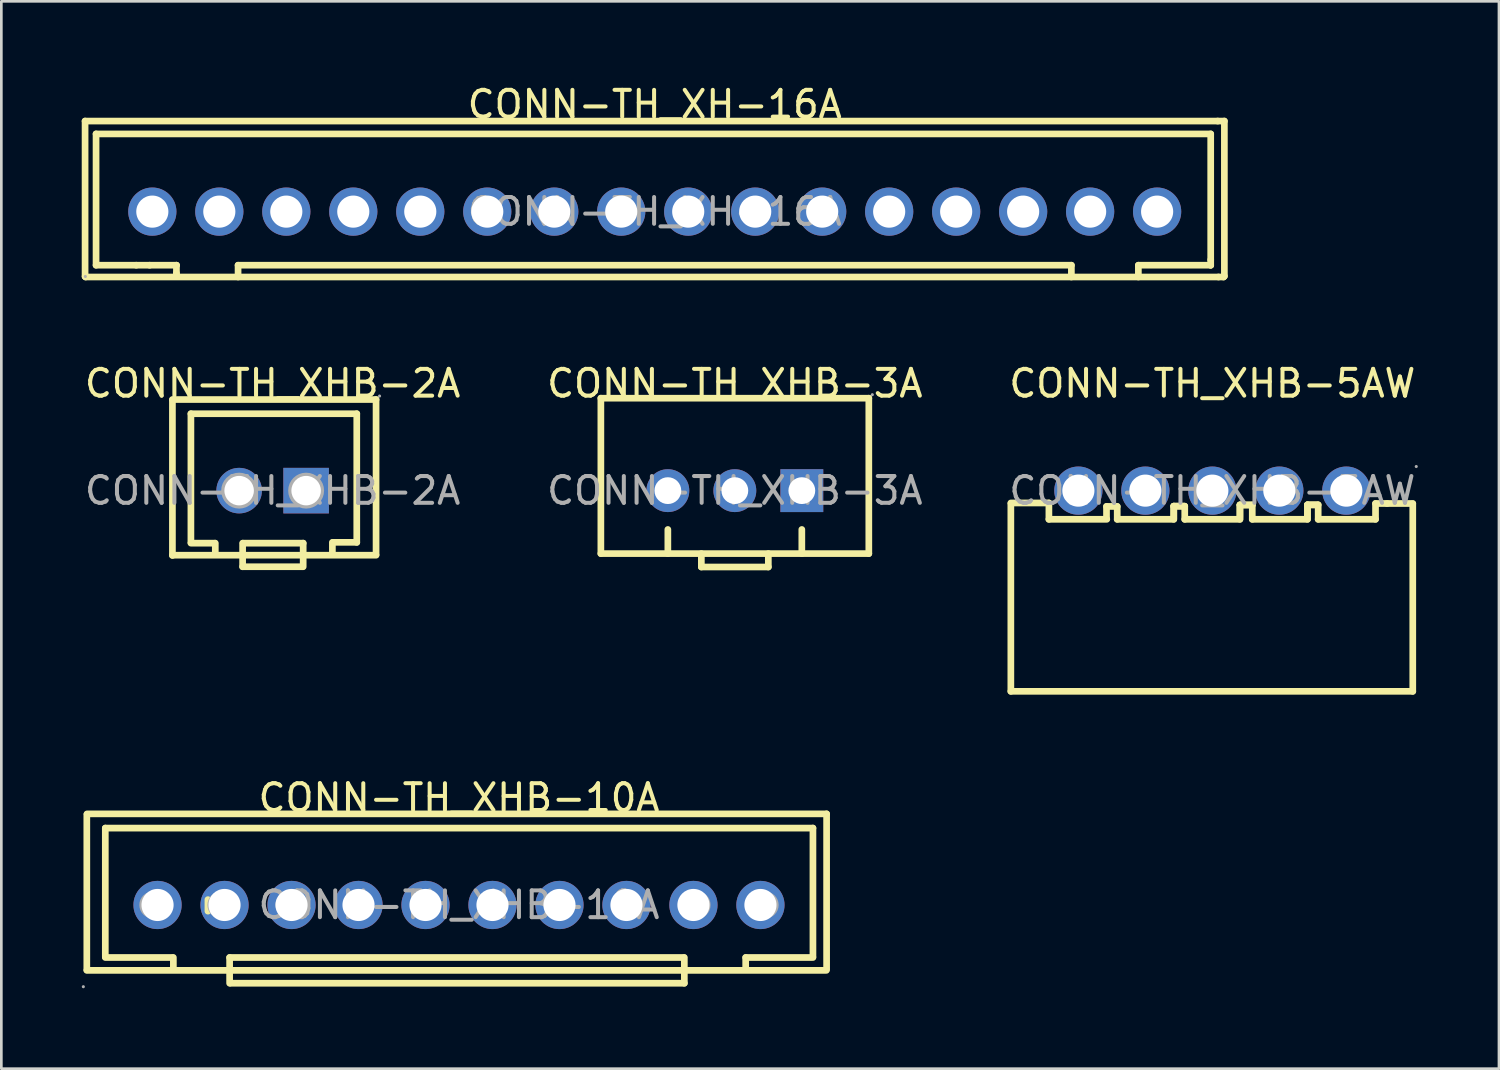
<source format=kicad_pcb>
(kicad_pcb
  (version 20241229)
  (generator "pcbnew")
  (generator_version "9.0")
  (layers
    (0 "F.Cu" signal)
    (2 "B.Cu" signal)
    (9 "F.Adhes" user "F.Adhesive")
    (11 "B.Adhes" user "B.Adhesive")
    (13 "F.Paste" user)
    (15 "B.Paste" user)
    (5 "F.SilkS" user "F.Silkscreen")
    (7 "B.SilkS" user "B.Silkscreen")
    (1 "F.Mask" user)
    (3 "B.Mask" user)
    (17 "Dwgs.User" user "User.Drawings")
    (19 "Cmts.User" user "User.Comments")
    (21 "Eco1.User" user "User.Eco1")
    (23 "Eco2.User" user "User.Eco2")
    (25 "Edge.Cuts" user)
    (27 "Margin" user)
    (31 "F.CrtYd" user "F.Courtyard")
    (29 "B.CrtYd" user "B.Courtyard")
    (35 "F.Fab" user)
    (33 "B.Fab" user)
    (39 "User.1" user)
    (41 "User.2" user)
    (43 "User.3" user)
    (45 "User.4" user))
  (footprint "CONN-TH_XHB-10A"
    (layer "F.Cu")
    (at 14.08 30.725)
    (property "Reference" "CONN-TH_XHB-10A" (at 0 -4 0) (layer "F.SilkS") (effects (font (size 1 1) (thickness 0.15))))
    (attr through_hole)
    (fp_line (start -13.89 -3.38) (end -13.89 2.42) (stroke (width 0.25) (type solid)) (layer "F.SilkS"))
    (fp_line (start -13.89 2.44) (end 13.71 2.44) (stroke (width 0.25) (type solid)) (layer "F.SilkS"))
    (fp_line (start -13.88 -3.4) (end 13.72 -3.4) (stroke (width 0.25) (type solid)) (layer "F.SilkS"))
    (fp_line (start -13.2 -2.87) (end -13.2 1.93) (stroke (width 0.25) (type solid)) (layer "F.SilkS"))
    (fp_line (start -13.2 -2.87) (end 13.21 -2.87) (stroke (width 0.25) (type solid)) (layer "F.SilkS"))
    (fp_line (start -13.2 1.96) (end -10.69 1.96) (stroke (width 0.25) (type solid)) (layer "F.SilkS"))
    (fp_line (start -10.66 1.96) (end -10.66 2.39) (stroke (width 0.25) (type solid)) (layer "F.SilkS"))
    (fp_line (start -9.37 -0.2) (end -9.37 0.23) (stroke (width 0.25) (type solid)) (layer "F.SilkS"))
    (fp_line (start -8.56 1.96) (end -8.56 2.39) (stroke (width 0.25) (type solid)) (layer "F.SilkS"))
    (fp_line (start -8.56 1.96) (end 8.39 1.96) (stroke (width 0.25) (type solid)) (layer "F.SilkS"))
    (fp_line (start -8.56 2.92) (end -8.56 2.49) (stroke (width 0.25) (type solid)) (layer "F.SilkS"))
    (fp_line (start 8.41 1.96) (end 8.41 2.39) (stroke (width 0.25) (type solid)) (layer "F.SilkS"))
    (fp_line (start 8.41 2.92) (end -8.53 2.92) (stroke (width 0.25) (type solid)) (layer "F.SilkS"))
    (fp_line (start 8.41 2.92) (end 8.41 2.49) (stroke (width 0.25) (type solid)) (layer "F.SilkS"))
    (fp_line (start 10.7 1.96) (end 10.7 2.39) (stroke (width 0.25) (type solid)) (layer "F.SilkS"))
    (fp_line (start 10.7 1.96) (end 13.21 1.96) (stroke (width 0.25) (type solid)) (layer "F.SilkS"))
    (fp_line (start 13.21 -2.87) (end 13.21 1.93) (stroke (width 0.25) (type solid)) (layer "F.SilkS"))
    (fp_line (start 13.72 -3.4) (end 13.72 2.4) (stroke (width 0.25) (type solid)) (layer "F.SilkS"))
    (fp_circle (center -14.02 3.05) (end -13.99 3.05) (stroke (width 0.06) (type solid)) (fill no) (layer "F.Fab"))
    (fp_circle (center -11.43 0) (end -11.18 0) (stroke (width 0.5) (type solid)) (fill no) (layer "F.Fab"))
    (fp_circle (center -8.89 0) (end -8.64 0) (stroke (width 0.5) (type solid)) (fill no) (layer "F.Fab"))
    (fp_circle (center -6.35 0) (end -6.1 0) (stroke (width 0.5) (type solid)) (fill no) (layer "F.Fab"))
    (fp_circle (center -3.81 0) (end -3.56 0) (stroke (width 0.5) (type solid)) (fill no) (layer "F.Fab"))
    (fp_circle (center -1.27 0) (end -1.02 0) (stroke (width 0.5) (type solid)) (fill no) (layer "F.Fab"))
    (fp_circle (center 1.27 0) (end 1.52 0) (stroke (width 0.5) (type solid)) (fill no) (layer "F.Fab"))
    (fp_circle (center 3.81 0) (end 4.06 0) (stroke (width 0.5) (type solid)) (fill no) (layer "F.Fab"))
    (fp_circle (center 6.35 0) (end 6.6 0) (stroke (width 0.5) (type solid)) (fill no) (layer "F.Fab"))
    (fp_circle (center 8.89 0) (end 9.14 0) (stroke (width 0.5) (type solid)) (fill no) (layer "F.Fab"))
    (fp_circle (center 11.43 0) (end 11.68 0) (stroke (width 0.5) (type solid)) (fill no) (layer "F.Fab"))
    (fp_text user "${REFERENCE}" (at 0 0 0) (layer "F.Fab") (effects (font (size 1 1) (thickness 0.15))))
    (pad "1" thru_hole circle (at -11.25 0) (size 1.8 1.8) (drill 1.199) (layers "*.Cu" "*.Paste" "*.Mask"))
    (pad "2" thru_hole circle (at -8.75 0) (size 1.8 1.8) (drill 1.199) (layers "*.Cu" "*.Paste" "*.Mask"))
    (pad "3" thru_hole circle (at -6.25 0) (size 1.8 1.8) (drill 1.199) (layers "*.Cu" "*.Paste" "*.Mask"))
    (pad "4" thru_hole circle (at -3.75 0) (size 1.8 1.8) (drill 1.199) (layers "*.Cu" "*.Paste" "*.Mask"))
    (pad "5" thru_hole circle (at -1.25 0) (size 1.8 1.8) (drill 1.199) (layers "*.Cu" "*.Paste" "*.Mask"))
    (pad "6" thru_hole circle (at 1.25 0) (size 1.8 1.8) (drill 1.199) (layers "*.Cu" "*.Paste" "*.Mask"))
    (pad "7" thru_hole circle (at 3.75 0) (size 1.8 1.8) (drill 1.199) (layers "*.Cu" "*.Paste" "*.Mask"))
    (pad "8" thru_hole circle (at 6.25 0) (size 1.8 1.8) (drill 1.199) (layers "*.Cu" "*.Paste" "*.Mask"))
    (pad "9" thru_hole circle (at 8.75 0) (size 1.8 1.8) (drill 1.199) (layers "*.Cu" "*.Paste" "*.Mask"))
    (pad "10" thru_hole circle (at 11.25 0) (size 1.8 1.8) (drill 1.199) (layers "*.Cu" "*.Paste" "*.Mask")))
  (footprint "CONN-TH_XH-16A"
    (layer "F.Cu")
    (at 21.385 4.848)
    (property "Reference" "CONN-TH_XH-16A" (at 0 -4 0) (layer "F.SilkS") (effects (font (size 1 1) (thickness 0.15))))
    (attr through_hole)
    (fp_line (start -21.26 -3.38) (end -21.26 2.42) (stroke (width 0.25) (type solid)) (layer "F.SilkS"))
    (fp_line (start -21.26 -3.38) (end 21.01 -3.38) (stroke (width 0.25) (type solid)) (layer "F.SilkS"))
    (fp_line (start -21.24 2.44) (end -21.26 2.42) (stroke (width 0.25) (type solid)) (layer "F.SilkS"))
    (fp_line (start -20.85 -2.9) (end -20.85 2) (stroke (width 0.25) (type solid)) (layer "F.SilkS"))
    (fp_line (start -20.85 2) (end -19.35 2) (stroke (width 0.25) (type solid)) (layer "F.SilkS"))
    (fp_line (start -19.35 2) (end -18.85 2) (stroke (width 0.25) (type solid)) (layer "F.SilkS"))
    (fp_line (start -18.85 2) (end -17.85 2) (stroke (width 0.25) (type solid)) (layer "F.SilkS"))
    (fp_line (start -17.85 2) (end -17.85 2) (stroke (width 0.25) (type solid)) (layer "F.SilkS"))
    (fp_line (start -17.85 2) (end -17.85 2.3) (stroke (width 0.25) (type solid)) (layer "F.SilkS"))
    (fp_line (start -17.85 2.3) (end -17.85 2.4) (stroke (width 0.25) (type solid)) (layer "F.SilkS"))
    (fp_line (start -15.55 2) (end 15.55 2) (stroke (width 0.25) (type solid)) (layer "F.SilkS"))
    (fp_line (start -15.55 2.44) (end -15.55 2) (stroke (width 0.25) (type solid)) (layer "F.SilkS"))
    (fp_line (start 15.55 2) (end 15.55 2.44) (stroke (width 0.25) (type solid)) (layer "F.SilkS"))
    (fp_line (start 18.05 2) (end 18.05 2.44) (stroke (width 0.25) (type solid)) (layer "F.SilkS"))
    (fp_line (start 20.75 -2.9) (end -20.85 -2.9) (stroke (width 0.25) (type solid)) (layer "F.SilkS"))
    (fp_line (start 20.75 1.8) (end 20.75 -2.9) (stroke (width 0.25) (type solid)) (layer "F.SilkS"))
    (fp_line (start 20.75 1.8) (end 20.75 2) (stroke (width 0.25) (type solid)) (layer "F.SilkS"))
    (fp_line (start 20.75 2) (end 18.05 2) (stroke (width 0.25) (type solid)) (layer "F.SilkS"))
    (fp_line (start 20.75 2) (end 20.75 2) (stroke (width 0.25) (type solid)) (layer "F.SilkS"))
    (fp_line (start 21.01 -3.38) (end 21.26 -3.38) (stroke (width 0.25) (type solid)) (layer "F.SilkS"))
    (fp_line (start 21.04 2.44) (end -21.24 2.44) (stroke (width 0.25) (type solid)) (layer "F.SilkS"))
    (fp_line (start 21.04 2.44) (end 21.23 2.44) (stroke (width 0.25) (type solid)) (layer "F.SilkS"))
    (fp_line (start 21.23 2.44) (end 21.26 2.41) (stroke (width 0.25) (type solid)) (layer "F.SilkS"))
    (fp_line (start 21.26 -3.38) (end 21.26 2.41) (stroke (width 0.25) (type solid)) (layer "F.SilkS"))
    (fp_circle (center -21.25 2.42) (end -21.22 2.42) (stroke (width 0.06) (type solid)) (fill no) (layer "F.Fab"))
    (fp_text user "${REFERENCE}" (at 0 0 0) (layer "F.Fab") (effects (font (size 1 1) (thickness 0.15))))
    (pad "1" thru_hole circle (at -18.75 0) (size 1.8 1.8) (drill 1.199) (layers "*.Cu" "*.Paste" "*.Mask"))
    (pad "2" thru_hole circle (at -16.25 0) (size 1.8 1.8) (drill 1.199) (layers "*.Cu" "*.Paste" "*.Mask"))
    (pad "3" thru_hole circle (at -13.75 0) (size 1.8 1.8) (drill 1.199) (layers "*.Cu" "*.Paste" "*.Mask"))
    (pad "4" thru_hole circle (at -11.25 0) (size 1.8 1.8) (drill 1.199) (layers "*.Cu" "*.Paste" "*.Mask"))
    (pad "5" thru_hole circle (at -8.75 0) (size 1.8 1.8) (drill 1.199) (layers "*.Cu" "*.Paste" "*.Mask"))
    (pad "6" thru_hole circle (at -6.25 0) (size 1.8 1.8) (drill 1.199) (layers "*.Cu" "*.Paste" "*.Mask"))
    (pad "7" thru_hole circle (at -3.75 0) (size 1.8 1.8) (drill 1.199) (layers "*.Cu" "*.Paste" "*.Mask"))
    (pad "8" thru_hole circle (at -1.25 0) (size 1.8 1.8) (drill 1.199) (layers "*.Cu" "*.Paste" "*.Mask"))
    (pad "9" thru_hole circle (at 1.25 0) (size 1.8 1.8) (drill 1.199) (layers "*.Cu" "*.Paste" "*.Mask"))
    (pad "10" thru_hole circle (at 3.75 0) (size 1.8 1.8) (drill 1.199) (layers "*.Cu" "*.Paste" "*.Mask"))
    (pad "11" thru_hole circle (at 6.25 0) (size 1.8 1.8) (drill 1.199) (layers "*.Cu" "*.Paste" "*.Mask"))
    (pad "12" thru_hole circle (at 8.75 0) (size 1.8 1.8) (drill 1.199) (layers "*.Cu" "*.Paste" "*.Mask"))
    (pad "13" thru_hole circle (at 11.25 0) (size 1.8 1.8) (drill 1.199) (layers "*.Cu" "*.Paste" "*.Mask"))
    (pad "14" thru_hole circle (at 13.75 0) (size 1.8 1.8) (drill 1.199) (layers "*.Cu" "*.Paste" "*.Mask"))
    (pad "15" thru_hole circle (at 16.25 0) (size 1.8 1.8) (drill 1.199) (layers "*.Cu" "*.Paste" "*.Mask"))
    (pad "16" thru_hole circle (at 18.75 0) (size 1.8 1.8) (drill 1.199) (layers "*.Cu" "*.Paste" "*.Mask")))
  (footprint "CONN-TH_XHB-2A"
    (layer "F.Cu")
    (at 7.125 15.261)
    (property "Reference" "CONN-TH_XHB-2A" (at 0 -4 0) (layer "F.SilkS") (effects (font (size 1 1) (thickness 0.15))))
    (attr through_hole)
    (fp_line (start -3.74 -3.4) (end 3.86 -3.4) (stroke (width 0.25) (type solid)) (layer "F.SilkS"))
    (fp_line (start -3.74 -3.38) (end -3.74 2.42) (stroke (width 0.25) (type solid)) (layer "F.SilkS"))
    (fp_line (start -3.74 2.41) (end 3.86 2.41) (stroke (width 0.25) (type solid)) (layer "F.SilkS"))
    (fp_line (start -3.05 -2.87) (end -3.05 1.93) (stroke (width 0.25) (type solid)) (layer "F.SilkS"))
    (fp_line (start -3.05 -2.87) (end 3.14 -2.87) (stroke (width 0.25) (type solid)) (layer "F.SilkS"))
    (fp_line (start -3.05 1.96) (end -2.16 1.96) (stroke (width 0.25) (type solid)) (layer "F.SilkS"))
    (fp_line (start -2.14 1.96) (end -2.14 2.39) (stroke (width 0.25) (type solid)) (layer "F.SilkS"))
    (fp_line (start -1.12 1.96) (end -1.12 2.39) (stroke (width 0.25) (type solid)) (layer "F.SilkS"))
    (fp_line (start -1.12 2.84) (end -1.12 2.41) (stroke (width 0.25) (type solid)) (layer "F.SilkS"))
    (fp_line (start -1.1 1.96) (end 1.14 1.96) (stroke (width 0.25) (type solid)) (layer "F.SilkS"))
    (fp_line (start 0.81 -0.2) (end 0.81 0.23) (stroke (width 0.25) (type solid)) (layer "F.SilkS"))
    (fp_line (start 1.11 2.84) (end -1.12 2.84) (stroke (width 0.25) (type solid)) (layer "F.SilkS"))
    (fp_line (start 1.14 1.96) (end 1.14 2.39) (stroke (width 0.25) (type solid)) (layer "F.SilkS"))
    (fp_line (start 1.14 2.84) (end 1.14 2.41) (stroke (width 0.25) (type solid)) (layer "F.SilkS"))
    (fp_line (start 2.23 1.93) (end 2.23 2.36) (stroke (width 0.25) (type solid)) (layer "F.SilkS"))
    (fp_line (start 3.14 -2.87) (end 3.14 1.93) (stroke (width 0.25) (type solid)) (layer "F.SilkS"))
    (fp_line (start 3.14 1.93) (end 2.26 1.93) (stroke (width 0.25) (type solid)) (layer "F.SilkS"))
    (fp_line (start 3.86 -3.4) (end 3.86 2.39) (stroke (width 0.25) (type solid)) (layer "F.SilkS"))
    (fp_circle (center -1.25 0) (end -1.03 0) (stroke (width 0.45) (type solid)) (fill no) (layer "F.Fab"))
    (fp_circle (center 1.25 0) (end 1.47 0) (stroke (width 0.45) (type solid)) (fill no) (layer "F.Fab"))
    (fp_circle (center 3.99 -3.53) (end 4.02 -3.53) (stroke (width 0.06) (type solid)) (fill no) (layer "F.Fab"))
    (fp_text user "${REFERENCE}" (at 0 0 0) (layer "F.Fab") (effects (font (size 1 1) (thickness 0.15))))
    (pad "1" thru_hole rect (at 1.25 0) (size 1.7 1.7) (drill 1.1) (layers "*.Cu" "*.Paste" "*.Mask"))
    (pad "2" thru_hole circle (at -1.25 0) (size 1.7 1.7) (drill 1.1) (layers "*.Cu" "*.Paste" "*.Mask")))
  (footprint "CONN-TH_XHB-3A"
    (layer "F.Cu")
    (at 24.375 15.261)
    (property "Reference" "CONN-TH_XHB-3A" (at 0 -4 0) (layer "F.SilkS") (effects (font (size 1 1) (thickness 0.15))))
    (attr through_hole)
    (fp_line (start -5 -3.45) (end -5 2.35) (stroke (width 0.25) (type solid)) (layer "F.SilkS"))
    (fp_line (start -5 -3.45) (end 5 -3.45) (stroke (width 0.25) (type solid)) (layer "F.SilkS"))
    (fp_line (start -5 2.35) (end 5 2.35) (stroke (width 0.25) (type solid)) (layer "F.SilkS"))
    (fp_line (start -2.5 1.45) (end -2.5 2.35) (stroke (width 0.25) (type solid)) (layer "F.SilkS"))
    (fp_line (start -1.25 2.85) (end -1.25 2.35) (stroke (width 0.25) (type solid)) (layer "F.SilkS"))
    (fp_line (start 1.25 2.85) (end -1.25 2.85) (stroke (width 0.25) (type solid)) (layer "F.SilkS"))
    (fp_line (start 1.25 2.85) (end 1.25 2.35) (stroke (width 0.25) (type solid)) (layer "F.SilkS"))
    (fp_line (start 2.5 1.45) (end 2.5 2.35) (stroke (width 0.25) (type solid)) (layer "F.SilkS"))
    (fp_line (start 5 -3.45) (end 5 2.35) (stroke (width 0.25) (type solid)) (layer "F.SilkS"))
    (fp_circle (center -2.5 0) (end -2.3 0) (stroke (width 0.4) (type solid)) (fill no) (layer "F.Fab"))
    (fp_circle (center 0 0) (end 0.2 0) (stroke (width 0.4) (type solid)) (fill no) (layer "F.Fab"))
    (fp_circle (center 2.5 0) (end 2.7 0) (stroke (width 0.4) (type solid)) (fill no) (layer "F.Fab"))
    (fp_circle (center 5.13 -3.58) (end 5.16 -3.58) (stroke (width 0.06) (type solid)) (fill no) (layer "F.Fab"))
    (fp_text user "${REFERENCE}" (at 0 0 0) (layer "F.Fab") (effects (font (size 1 1) (thickness 0.15))))
    (pad "1" thru_hole rect (at 2.5 0) (size 1.6 1.6) (drill 1) (layers "*.Cu" "*.Paste" "*.Mask"))
    (pad "2" thru_hole circle (at 0 0) (size 1.6 1.6) (drill 1) (layers "*.Cu" "*.Paste" "*.Mask"))
    (pad "3" thru_hole circle (at -2.5 0) (size 1.6 1.6) (drill 1) (layers "*.Cu" "*.Paste" "*.Mask")))
  (footprint "CONN-TH_XHB-5AW"
    (layer "F.Cu")
    (at 42.196 15.261)
    (property "Reference" "CONN-TH_XHB-5AW" (at 0 -4 0) (layer "F.SilkS") (effects (font (size 1 1) (thickness 0.15))))
    (attr through_hole)
    (fp_line (start -7.52 0.49) (end -7.52 7.49) (stroke (width 0.25) (type solid)) (layer "F.SilkS"))
    (fp_line (start -6.1 0.46) (end -7.52 0.46) (stroke (width 0.25) (type solid)) (layer "F.SilkS"))
    (fp_line (start -6.1 1.07) (end -6.1 0.46) (stroke (width 0.25) (type solid)) (layer "F.SilkS"))
    (fp_line (start -3.95 0.59) (end -3.95 1.05) (stroke (width 0.25) (type solid)) (layer "F.SilkS"))
    (fp_line (start -3.94 1.07) (end -6.1 1.07) (stroke (width 0.25) (type solid)) (layer "F.SilkS"))
    (fp_line (start -3.55 0.59) (end -3.95 0.59) (stroke (width 0.25) (type solid)) (layer "F.SilkS"))
    (fp_line (start -3.55 1.07) (end -3.55 0.59) (stroke (width 0.25) (type solid)) (layer "F.SilkS"))
    (fp_line (start -1.44 0.58) (end -1.44 1.04) (stroke (width 0.25) (type solid)) (layer "F.SilkS"))
    (fp_line (start -1.44 0.58) (end -1.44 1.07) (stroke (width 0.25) (type solid)) (layer "F.SilkS"))
    (fp_line (start -1.44 1.07) (end -3.55 1.07) (stroke (width 0.25) (type solid)) (layer "F.SilkS"))
    (fp_line (start -1.05 0.58) (end -1.44 0.58) (stroke (width 0.25) (type solid)) (layer "F.SilkS"))
    (fp_line (start -1.03 0.58) (end -1.44 0.58) (stroke (width 0.25) (type solid)) (layer "F.SilkS"))
    (fp_line (start -1.03 1.07) (end -1.03 0.58) (stroke (width 0.25) (type solid)) (layer "F.SilkS"))
    (fp_line (start 1.03 0.53) (end 1.03 1.07) (stroke (width 0.25) (type solid)) (layer "F.SilkS"))
    (fp_line (start 1.03 0.54) (end 1.03 1) (stroke (width 0.25) (type solid)) (layer "F.SilkS"))
    (fp_line (start 1.03 1.07) (end -1.03 1.07) (stroke (width 0.25) (type solid)) (layer "F.SilkS"))
    (fp_line (start 1.49 0.53) (end 1.03 0.53) (stroke (width 0.25) (type solid)) (layer "F.SilkS"))
    (fp_line (start 1.49 0.54) (end 1.03 0.54) (stroke (width 0.25) (type solid)) (layer "F.SilkS"))
    (fp_line (start 1.49 1.07) (end 1.49 0.54) (stroke (width 0.25) (type solid)) (layer "F.SilkS"))
    (fp_line (start 3.55 0.53) (end 3.55 0.99) (stroke (width 0.25) (type solid)) (layer "F.SilkS"))
    (fp_line (start 3.55 0.53) (end 3.55 1.07) (stroke (width 0.25) (type solid)) (layer "F.SilkS"))
    (fp_line (start 3.55 1.07) (end 1.49 1.07) (stroke (width 0.25) (type solid)) (layer "F.SilkS"))
    (fp_line (start 3.93 0.53) (end 3.55 0.53) (stroke (width 0.25) (type solid)) (layer "F.SilkS"))
    (fp_line (start 3.95 0.53) (end 3.55 0.53) (stroke (width 0.25) (type solid)) (layer "F.SilkS"))
    (fp_line (start 3.95 1.07) (end 3.95 0.53) (stroke (width 0.25) (type solid)) (layer "F.SilkS"))
    (fp_line (start 6.09 0.48) (end 6.09 1.07) (stroke (width 0.25) (type solid)) (layer "F.SilkS"))
    (fp_line (start 6.09 1.07) (end 3.95 1.07) (stroke (width 0.25) (type solid)) (layer "F.SilkS"))
    (fp_line (start 6.52 0.48) (end 6.09 0.48) (stroke (width 0.25) (type solid)) (layer "F.SilkS"))
    (fp_line (start 7.48 0.48) (end 6.52 0.48) (stroke (width 0.25) (type solid)) (layer "F.SilkS"))
    (fp_line (start 7.48 0.49) (end 7.48 7.49) (stroke (width 0.25) (type solid)) (layer "F.SilkS"))
    (fp_line (start 7.48 7.49) (end -7.52 7.49) (stroke (width 0.25) (type solid)) (layer "F.SilkS"))
    (fp_circle (center -5 0) (end -4.75 0) (stroke (width 0.5) (type solid)) (fill no) (layer "F.Fab"))
    (fp_circle (center -2.5 0) (end -2.25 0) (stroke (width 0.5) (type solid)) (fill no) (layer "F.Fab"))
    (fp_circle (center 0 0) (end 0.25 0) (stroke (width 0.5) (type solid)) (fill no) (layer "F.Fab"))
    (fp_circle (center 2.5 0) (end 2.75 0) (stroke (width 0.5) (type solid)) (fill no) (layer "F.Fab"))
    (fp_circle (center 5 0) (end 5.25 0) (stroke (width 0.5) (type solid)) (fill no) (layer "F.Fab"))
    (fp_circle (center 7.61 -0.9) (end 7.64 -0.9) (stroke (width 0.06) (type solid)) (fill no) (layer "F.Fab"))
    (fp_text user "${REFERENCE}" (at 0 0 0) (layer "F.Fab") (effects (font (size 1 1) (thickness 0.15))))
    (pad "1" thru_hole circle (at 5 0 180) (size 1.8 1.8) (drill 1.199) (layers "*.Cu" "*.Paste" "*.Mask"))
    (pad "2" thru_hole circle (at 2.5 0 180) (size 1.8 1.8) (drill 1.199) (layers "*.Cu" "*.Paste" "*.Mask"))
    (pad "3" thru_hole circle (at 0 0 180) (size 1.8 1.8) (drill 1.199) (layers "*.Cu" "*.Paste" "*.Mask"))
    (pad "4" thru_hole circle (at -2.5 0 180) (size 1.8 1.8) (drill 1.199) (layers "*.Cu" "*.Paste" "*.Mask"))
    (pad "5" thru_hole circle (at -5 0 180) (size 1.8 1.8) (drill 1.199) (layers "*.Cu" "*.Paste" "*.Mask")))
  (gr_rect
    (start -3 -3)
    (end 52.893 36.835)
    (stroke (width 0.1) (type default))
    (fill no)
    (layer "Edge.Cuts")))
</source>
